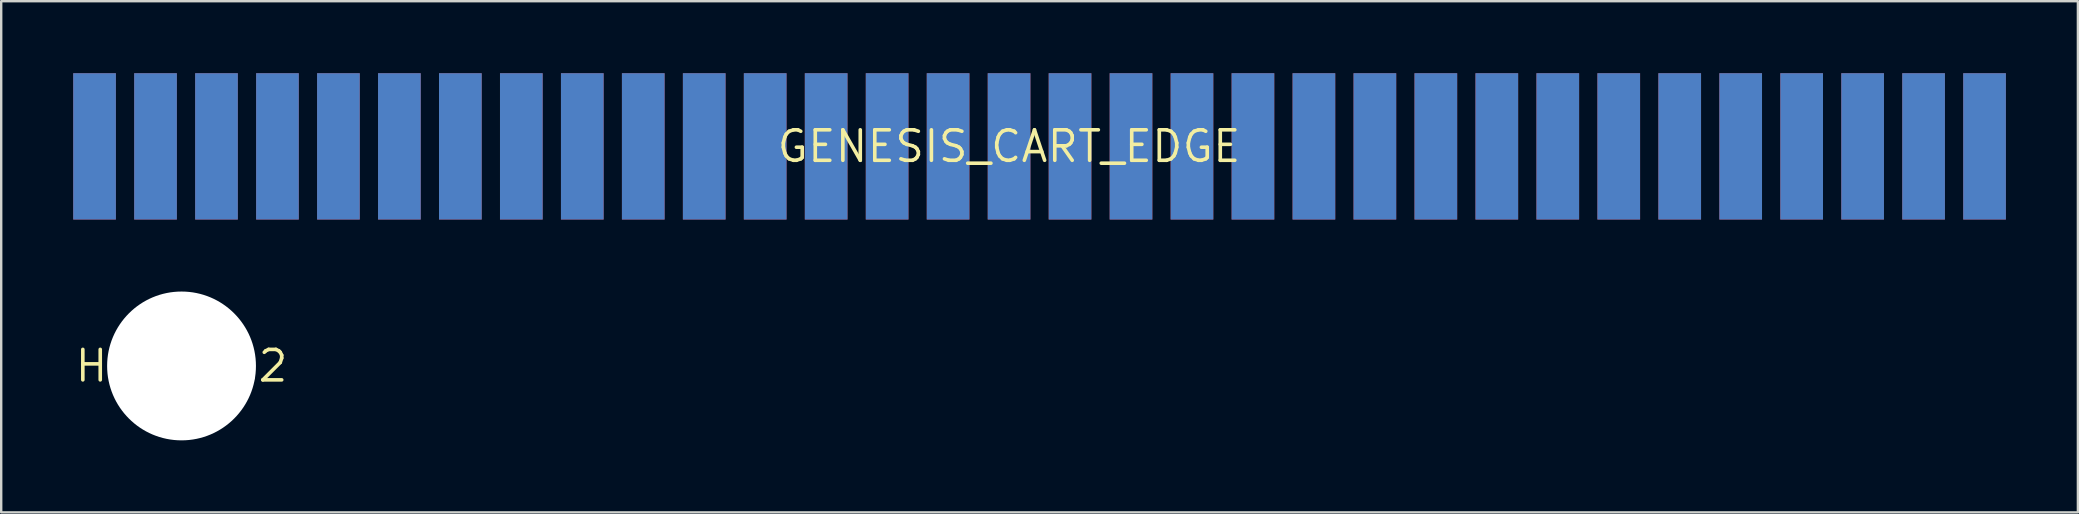
<source format=kicad_pcb>
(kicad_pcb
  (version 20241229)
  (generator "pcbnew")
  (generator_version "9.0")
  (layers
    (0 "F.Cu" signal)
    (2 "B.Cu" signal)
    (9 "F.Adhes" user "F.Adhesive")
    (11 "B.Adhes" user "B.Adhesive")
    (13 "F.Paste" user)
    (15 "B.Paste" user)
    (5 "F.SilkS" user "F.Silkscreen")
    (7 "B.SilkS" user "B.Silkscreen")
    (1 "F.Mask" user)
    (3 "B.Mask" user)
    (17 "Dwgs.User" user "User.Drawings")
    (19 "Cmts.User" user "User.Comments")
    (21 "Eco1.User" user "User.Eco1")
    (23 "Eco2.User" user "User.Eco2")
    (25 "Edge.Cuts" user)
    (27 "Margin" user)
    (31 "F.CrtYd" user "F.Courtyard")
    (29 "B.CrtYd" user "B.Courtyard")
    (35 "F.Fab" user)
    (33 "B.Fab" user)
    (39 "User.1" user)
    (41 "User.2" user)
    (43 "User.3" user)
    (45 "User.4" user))
  (footprint "GENESIS_CART_EDGE"
    (layer "F.Cu")
    (at 38.989 3.048)
    (property "Reference" "GENESIS_CART_EDGE" (at 0 0 0) (layer "F.SilkS") (effects (font (size 1.27 1.27) (thickness 0.15))))
    (pad "A1" smd rect (at -38.1 0) (size 1.778 6.096) (layers "B.Cu" "B.Mask" "B.Paste"))
    (pad "A2" smd rect (at -35.56 0) (size 1.778 6.096) (layers "B.Cu" "B.Mask" "B.Paste"))
    (pad "A3" smd rect (at -33.02 0) (size 1.778 6.096) (layers "B.Cu" "B.Mask" "B.Paste"))
    (pad "A4" smd rect (at -30.48 0) (size 1.778 6.096) (layers "B.Cu" "B.Mask" "B.Paste"))
    (pad "A5" smd rect (at -27.94 0) (size 1.778 6.096) (layers "B.Cu" "B.Mask" "B.Paste"))
    (pad "A6" smd rect (at -25.4 0) (size 1.778 6.096) (layers "B.Cu" "B.Mask" "B.Paste"))
    (pad "A7" smd rect (at -22.86 0) (size 1.778 6.096) (layers "B.Cu" "B.Mask" "B.Paste"))
    (pad "A8" smd rect (at -20.32 0) (size 1.778 6.096) (layers "B.Cu" "B.Mask" "B.Paste"))
    (pad "A9" smd rect (at -17.78 0) (size 1.778 6.096) (layers "B.Cu" "B.Mask" "B.Paste"))
    (pad "A10" smd rect (at -15.24 0) (size 1.778 6.096) (layers "B.Cu" "B.Mask" "B.Paste"))
    (pad "A11" smd rect (at -12.7 0) (size 1.778 6.096) (layers "B.Cu" "B.Mask" "B.Paste"))
    (pad "A12" smd rect (at -10.16 0) (size 1.778 6.096) (layers "B.Cu" "B.Mask" "B.Paste"))
    (pad "A13" smd rect (at -7.62 0) (size 1.778 6.096) (layers "B.Cu" "B.Mask" "B.Paste"))
    (pad "A14" smd rect (at -5.08 0) (size 1.778 6.096) (layers "B.Cu" "B.Mask" "B.Paste"))
    (pad "A15" smd rect (at -2.54 0) (size 1.778 6.096) (layers "B.Cu" "B.Mask" "B.Paste"))
    (pad "A16" smd rect (at 0 0) (size 1.778 6.096) (layers "B.Cu" "B.Mask" "B.Paste"))
    (pad "A17" smd rect (at 2.54 0) (size 1.778 6.096) (layers "B.Cu" "B.Mask" "B.Paste"))
    (pad "A18" smd rect (at 5.08 0) (size 1.778 6.096) (layers "B.Cu" "B.Mask" "B.Paste"))
    (pad "A19" smd rect (at 7.62 0) (size 1.778 6.096) (layers "B.Cu" "B.Mask" "B.Paste"))
    (pad "A20" smd rect (at 10.16 0) (size 1.778 6.096) (layers "B.Cu" "B.Mask" "B.Paste"))
    (pad "A21" smd rect (at 12.7 0) (size 1.778 6.096) (layers "B.Cu" "B.Mask" "B.Paste"))
    (pad "A22" smd rect (at 15.24 0) (size 1.778 6.096) (layers "B.Cu" "B.Mask" "B.Paste"))
    (pad "A23" smd rect (at 17.78 0) (size 1.778 6.096) (layers "B.Cu" "B.Mask" "B.Paste"))
    (pad "A24" smd rect (at 20.32 0) (size 1.778 6.096) (layers "B.Cu" "B.Mask" "B.Paste"))
    (pad "A25" smd rect (at 22.86 0) (size 1.778 6.096) (layers "B.Cu" "B.Mask" "B.Paste"))
    (pad "A26" smd rect (at 25.4 0) (size 1.778 6.096) (layers "B.Cu" "B.Mask" "B.Paste"))
    (pad "A27" smd rect (at 27.94 0) (size 1.778 6.096) (layers "B.Cu" "B.Mask" "B.Paste"))
    (pad "A28" smd rect (at 30.48 0) (size 1.778 6.096) (layers "B.Cu" "B.Mask" "B.Paste"))
    (pad "A29" smd rect (at 33.02 0) (size 1.778 6.096) (layers "B.Cu" "B.Mask" "B.Paste"))
    (pad "A30" smd rect (at 35.56 0) (size 1.778 6.096) (layers "B.Cu" "B.Mask" "B.Paste"))
    (pad "A31" smd rect (at 38.1 0) (size 1.778 6.096) (layers "B.Cu" "B.Mask" "B.Paste"))
    (pad "A32" smd rect (at 40.64 0) (size 1.778 6.096) (layers "B.Cu" "B.Mask" "B.Paste"))
    (pad "B1" smd rect (at -38.1 0) (size 1.778 6.096) (layers "F.Cu" "F.Mask" "F.Paste"))
    (pad "B2" smd rect (at -35.56 0) (size 1.778 6.096) (layers "F.Cu" "F.Mask" "F.Paste"))
    (pad "B3" smd rect (at -33.02 0) (size 1.778 6.096) (layers "F.Cu" "F.Mask" "F.Paste"))
    (pad "B4" smd rect (at -30.48 0) (size 1.778 6.096) (layers "F.Cu" "F.Mask" "F.Paste"))
    (pad "B5" smd rect (at -27.94 0) (size 1.778 6.096) (layers "F.Cu" "F.Mask" "F.Paste"))
    (pad "B6" smd rect (at -25.4 0) (size 1.778 6.096) (layers "F.Cu" "F.Mask" "F.Paste"))
    (pad "B7" smd rect (at -22.86 0) (size 1.778 6.096) (layers "F.Cu" "F.Mask" "F.Paste"))
    (pad "B8" smd rect (at -20.32 0) (size 1.778 6.096) (layers "F.Cu" "F.Mask" "F.Paste"))
    (pad "B9" smd rect (at -17.78 0) (size 1.778 6.096) (layers "F.Cu" "F.Mask" "F.Paste"))
    (pad "B10" smd rect (at -15.24 0) (size 1.778 6.096) (layers "F.Cu" "F.Mask" "F.Paste"))
    (pad "B11" smd rect (at -12.7 0) (size 1.778 6.096) (layers "F.Cu" "F.Mask" "F.Paste"))
    (pad "B12" smd rect (at -10.16 0) (size 1.778 6.096) (layers "F.Cu" "F.Mask" "F.Paste"))
    (pad "B13" smd rect (at -7.62 0) (size 1.778 6.096) (layers "F.Cu" "F.Mask" "F.Paste"))
    (pad "B14" smd rect (at -5.08 0) (size 1.778 6.096) (layers "F.Cu" "F.Mask" "F.Paste"))
    (pad "B15" smd rect (at -2.54 0) (size 1.778 6.096) (layers "F.Cu" "F.Mask" "F.Paste"))
    (pad "B16" smd rect (at 0 0) (size 1.778 6.096) (layers "F.Cu" "F.Mask" "F.Paste"))
    (pad "B17" smd rect (at 2.54 0) (size 1.778 6.096) (layers "F.Cu" "F.Mask" "F.Paste"))
    (pad "B18" smd rect (at 5.08 0) (size 1.778 6.096) (layers "F.Cu" "F.Mask" "F.Paste"))
    (pad "B19" smd rect (at 7.62 0) (size 1.778 6.096) (layers "F.Cu" "F.Mask" "F.Paste"))
    (pad "B20" smd rect (at 10.16 0) (size 1.778 6.096) (layers "F.Cu" "F.Mask" "F.Paste"))
    (pad "B21" smd rect (at 12.7 0) (size 1.778 6.096) (layers "F.Cu" "F.Mask" "F.Paste"))
    (pad "B22" smd rect (at 15.24 0) (size 1.778 6.096) (layers "F.Cu" "F.Mask" "F.Paste"))
    (pad "B23" smd rect (at 17.78 0) (size 1.778 6.096) (layers "F.Cu" "F.Mask" "F.Paste"))
    (pad "B24" smd rect (at 20.32 0) (size 1.778 6.096) (layers "F.Cu" "F.Mask" "F.Paste"))
    (pad "B25" smd rect (at 22.86 0) (size 1.778 6.096) (layers "F.Cu" "F.Mask" "F.Paste"))
    (pad "B26" smd rect (at 25.4 0) (size 1.778 6.096) (layers "F.Cu" "F.Mask" "F.Paste"))
    (pad "B27" smd rect (at 27.94 0) (size 1.778 6.096) (layers "F.Cu" "F.Mask" "F.Paste"))
    (pad "B28" smd rect (at 30.48 0) (size 1.778 6.096) (layers "F.Cu" "F.Mask" "F.Paste"))
    (pad "B29" smd rect (at 33.02 0) (size 1.778 6.096) (layers "F.Cu" "F.Mask" "F.Paste"))
    (pad "B30" smd rect (at 35.56 0) (size 1.778 6.096) (layers "F.Cu" "F.Mask" "F.Paste"))
    (pad "B31" smd rect (at 38.1 0) (size 1.778 6.096) (layers "F.Cu" "F.Mask" "F.Paste"))
    (pad "B32" smd rect (at 40.64 0) (size 1.778 6.096) (layers "F.Cu" "F.Mask" "F.Paste")))
  (footprint "HOLE_6.2"
    (layer "F.Cu")
    (at 4.513 12.196)
    (property "Reference" "HOLE_6.2" (at 0 0 0) (layer "F.SilkS") (effects (font (size 1.27 1.27) (thickness 0.15))))
    (pad "" np_thru_hole circle (at 0 0) (size 6.2 6.2) (drill 6.2) (layers "*.Cu" "*.Mask")))
  (gr_rect
    (start -3 -3)
    (end 83.518 18.296)
    (stroke (width 0.1) (type default))
    (fill no)
    (layer "Edge.Cuts")))
</source>
